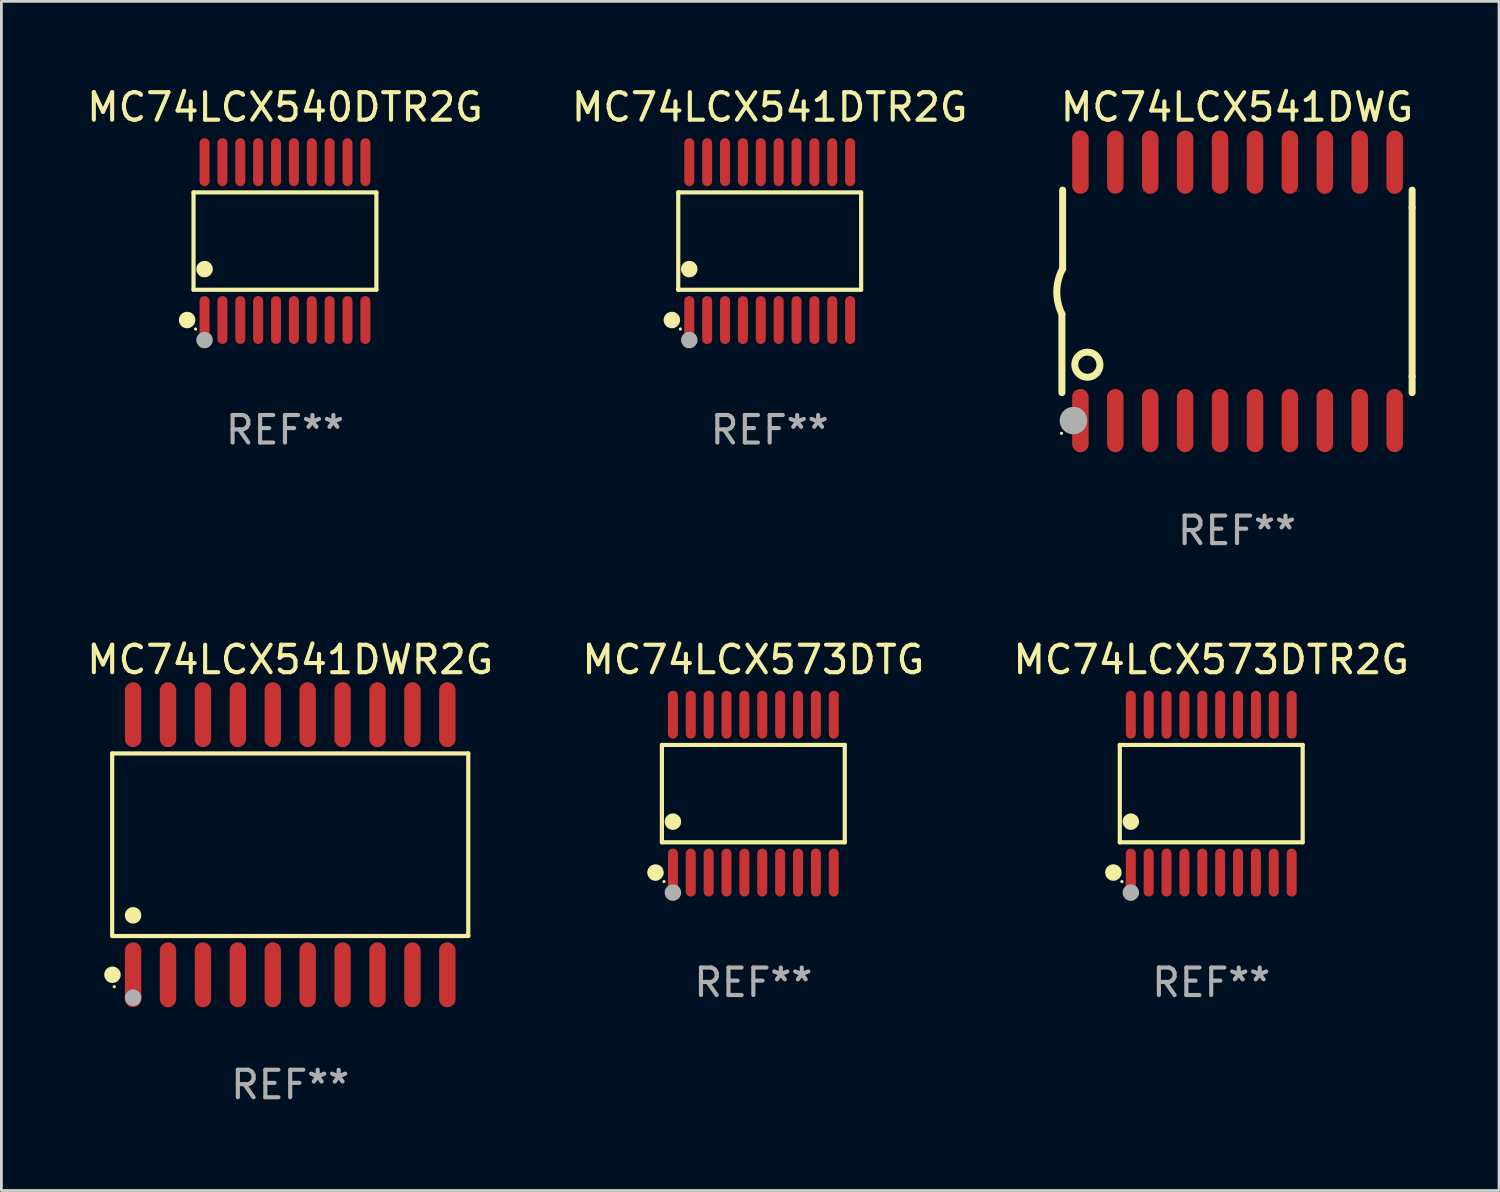
<source format=kicad_pcb>
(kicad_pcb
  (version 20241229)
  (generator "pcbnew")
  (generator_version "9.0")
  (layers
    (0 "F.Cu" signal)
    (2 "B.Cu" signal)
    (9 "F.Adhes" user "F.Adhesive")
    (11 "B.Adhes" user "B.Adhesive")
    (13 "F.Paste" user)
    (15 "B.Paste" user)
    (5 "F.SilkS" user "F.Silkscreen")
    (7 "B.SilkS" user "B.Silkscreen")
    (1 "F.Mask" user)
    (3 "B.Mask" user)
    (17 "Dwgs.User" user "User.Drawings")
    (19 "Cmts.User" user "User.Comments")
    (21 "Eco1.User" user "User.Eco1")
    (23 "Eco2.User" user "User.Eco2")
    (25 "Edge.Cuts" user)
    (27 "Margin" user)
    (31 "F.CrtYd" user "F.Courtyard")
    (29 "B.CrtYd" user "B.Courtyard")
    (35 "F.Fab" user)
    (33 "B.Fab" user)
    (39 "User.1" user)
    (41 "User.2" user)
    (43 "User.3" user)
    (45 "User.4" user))
  (footprint "MC74LCX573DTG"
    (layer "F.Cu")
    (at 24.351 25.816)
    (property "Reference" "MC74LCX573DTG" (at 0 -4.871 0) (layer "F.SilkS") (effects (font (size 1 1) (thickness 0.15))))
    (attr through_hole)
    (fp_line (start -3.326 -1.771) (end 3.326 -1.771) (stroke (width 0.152) (type solid)) (layer "F.SilkS"))
    (fp_line (start -3.326 1.771) (end -3.326 -1.771) (stroke (width 0.152) (type solid)) (layer "F.SilkS"))
    (fp_line (start 3.326 -1.771) (end 3.326 1.771) (stroke (width 0.152) (type solid)) (layer "F.SilkS"))
    (fp_line (start 3.326 1.771) (end -3.326 1.771) (stroke (width 0.152) (type solid)) (layer "F.SilkS"))
    (fp_circle (center -3.559 2.871) (end -3.409 2.871) (stroke (width 0.3) (type solid)) (fill no) (layer "F.SilkS"))
    (fp_circle (center -3.25 3.2) (end -3.22 3.2) (stroke (width 0.06) (type solid)) (fill no) (layer "F.SilkS"))
    (fp_circle (center -2.925 1.019) (end -2.775 1.019) (stroke (width 0.3) (type solid)) (fill no) (layer "F.SilkS"))
    (fp_circle (center -2.925 3.6) (end -2.775 3.6) (stroke (width 0.3) (type solid)) (fill no) (layer "F.Fab"))
    (fp_text user "REF**" (at 0 6.871 0) (layer "F.Fab") (effects (font (size 1 1) (thickness 0.15))))
    (pad "1" smd oval (at -2.925 2.871) (size 0.364 1.742) (layers "F.Cu" "F.Mask" "F.Paste"))
    (pad "2" smd oval (at -2.275 2.871) (size 0.364 1.742) (layers "F.Cu" "F.Mask" "F.Paste"))
    (pad "3" smd oval (at -1.625 2.871) (size 0.364 1.742) (layers "F.Cu" "F.Mask" "F.Paste"))
    (pad "4" smd oval (at -0.975 2.871) (size 0.364 1.742) (layers "F.Cu" "F.Mask" "F.Paste"))
    (pad "5" smd oval (at -0.325 2.871) (size 0.364 1.742) (layers "F.Cu" "F.Mask" "F.Paste"))
    (pad "6" smd oval (at 0.325 2.871) (size 0.364 1.742) (layers "F.Cu" "F.Mask" "F.Paste"))
    (pad "7" smd oval (at 0.975 2.871) (size 0.364 1.742) (layers "F.Cu" "F.Mask" "F.Paste"))
    (pad "8" smd oval (at 1.625 2.871) (size 0.364 1.742) (layers "F.Cu" "F.Mask" "F.Paste"))
    (pad "9" smd oval (at 2.275 2.871) (size 0.364 1.742) (layers "F.Cu" "F.Mask" "F.Paste"))
    (pad "10" smd oval (at 2.925 2.871) (size 0.364 1.742) (layers "F.Cu" "F.Mask" "F.Paste"))
    (pad "11" smd oval (at 2.925 -2.871) (size 0.364 1.742) (layers "F.Cu" "F.Mask" "F.Paste"))
    (pad "12" smd oval (at 2.275 -2.871) (size 0.364 1.742) (layers "F.Cu" "F.Mask" "F.Paste"))
    (pad "13" smd oval (at 1.625 -2.871) (size 0.364 1.742) (layers "F.Cu" "F.Mask" "F.Paste"))
    (pad "14" smd oval (at 0.975 -2.871) (size 0.364 1.742) (layers "F.Cu" "F.Mask" "F.Paste"))
    (pad "15" smd oval (at 0.325 -2.871) (size 0.364 1.742) (layers "F.Cu" "F.Mask" "F.Paste"))
    (pad "16" smd oval (at -0.325 -2.871) (size 0.364 1.742) (layers "F.Cu" "F.Mask" "F.Paste"))
    (pad "17" smd oval (at -0.975 -2.871) (size 0.364 1.742) (layers "F.Cu" "F.Mask" "F.Paste"))
    (pad "18" smd oval (at -1.625 -2.871) (size 0.364 1.742) (layers "F.Cu" "F.Mask" "F.Paste"))
    (pad "19" smd oval (at -2.275 -2.871) (size 0.364 1.742) (layers "F.Cu" "F.Mask" "F.Paste"))
    (pad "20" smd oval (at -2.925 -2.871) (size 0.364 1.742) (layers "F.Cu" "F.Mask" "F.Paste")))
  (footprint "MC74LCX541DWG"
    (layer "F.Cu")
    (at 41.944 7.548)
    (property "Reference" "MC74LCX541DWG" (at 0 -6.7 0) (layer "F.SilkS") (effects (font (size 1 1) (thickness 0.15))))
    (attr through_hole)
    (fp_line (start -6.369 0.826) (end -6.369 3.683) (stroke (width 0.254) (type solid)) (layer "F.SilkS"))
    (fp_line (start -6.343 -0.825) (end -6.343 -3.683) (stroke (width 0.254) (type solid)) (layer "F.SilkS"))
    (fp_line (start 6.369 -3.048) (end 6.369 -3.683) (stroke (width 0.254) (type solid)) (layer "F.SilkS"))
    (fp_line (start 6.369 -3.048) (end 6.369 3.096) (stroke (width 0.254) (type solid)) (layer "F.SilkS"))
    (fp_line (start 6.369 3.096) (end 6.369 3.683) (stroke (width 0.254) (type solid)) (layer "F.SilkS"))
    (fp_arc (start -6.36853 0.825552) (mid -6.554743 -0.00301) (end -6.343129 -0.825451) (stroke (width 0.254001) (type solid)) (layer "F.SilkS"))
    (fp_circle (center -6.382 5.163) (end -6.352 5.163) (stroke (width 0.06) (type solid)) (fill no) (layer "F.SilkS"))
    (fp_circle (center -5.443 2.667) (end -4.985 2.667) (stroke (width 0.254) (type solid)) (fill no) (layer "F.SilkS"))
    (fp_circle (center -5.951 4.699) (end -5.701 4.699) (stroke (width 0.5) (type solid)) (fill no) (layer "F.Fab"))
    (fp_text user "REF**" (at 0 8.7 0) (layer "F.Fab") (effects (font (size 1 1) (thickness 0.15))))
    (pad "1" smd oval (at -5.697 4.7 180) (size 0.6 2.3) (layers "F.Cu" "F.Mask" "F.Paste"))
    (pad "2" smd oval (at -4.427 4.7 180) (size 0.6 2.3) (layers "F.Cu" "F.Mask" "F.Paste"))
    (pad "3" smd oval (at -3.157 4.7 180) (size 0.6 2.3) (layers "F.Cu" "F.Mask" "F.Paste"))
    (pad "4" smd oval (at -1.887 4.7 180) (size 0.6 2.3) (layers "F.Cu" "F.Mask" "F.Paste"))
    (pad "5" smd oval (at -0.617 4.7 180) (size 0.6 2.3) (layers "F.Cu" "F.Mask" "F.Paste"))
    (pad "6" smd oval (at 0.653 4.7 180) (size 0.6 2.3) (layers "F.Cu" "F.Mask" "F.Paste"))
    (pad "7" smd oval (at 1.923 4.7 180) (size 0.6 2.3) (layers "F.Cu" "F.Mask" "F.Paste"))
    (pad "8" smd oval (at 3.193 4.7 180) (size 0.6 2.3) (layers "F.Cu" "F.Mask" "F.Paste"))
    (pad "9" smd oval (at 4.463 4.7 180) (size 0.6 2.3) (layers "F.Cu" "F.Mask" "F.Paste"))
    (pad "10" smd oval (at 5.734 4.7 180) (size 0.6 2.3) (layers "F.Cu" "F.Mask" "F.Paste"))
    (pad "11" smd oval (at 5.734 -4.7 180) (size 0.6 2.3) (layers "F.Cu" "F.Mask" "F.Paste"))
    (pad "12" smd oval (at 4.463 -4.7 180) (size 0.6 2.3) (layers "F.Cu" "F.Mask" "F.Paste"))
    (pad "13" smd oval (at 3.193 -4.7 180) (size 0.6 2.3) (layers "F.Cu" "F.Mask" "F.Paste"))
    (pad "14" smd oval (at 1.923 -4.7 180) (size 0.6 2.3) (layers "F.Cu" "F.Mask" "F.Paste"))
    (pad "15" smd oval (at 0.653 -4.7 180) (size 0.6 2.3) (layers "F.Cu" "F.Mask" "F.Paste"))
    (pad "16" smd oval (at -0.617 -4.7 180) (size 0.6 2.3) (layers "F.Cu" "F.Mask" "F.Paste"))
    (pad "17" smd oval (at -1.887 -4.7 180) (size 0.6 2.3) (layers "F.Cu" "F.Mask" "F.Paste"))
    (pad "18" smd oval (at -3.157 -4.7 180) (size 0.6 2.3) (layers "F.Cu" "F.Mask" "F.Paste"))
    (pad "19" smd oval (at -4.427 -4.7 180) (size 0.6 2.3) (layers "F.Cu" "F.Mask" "F.Paste"))
    (pad "20" smd oval (at -5.697 -4.7 180) (size 0.6 2.3) (layers "F.Cu" "F.Mask" "F.Paste")))
  (footprint "MC74LCX573DTR2G"
    (layer "F.Cu")
    (at 41.006 25.816)
    (property "Reference" "MC74LCX573DTR2G" (at 0 -4.871 0) (layer "F.SilkS") (effects (font (size 1 1) (thickness 0.15))))
    (attr through_hole)
    (fp_line (start -3.326 -1.771) (end 3.326 -1.771) (stroke (width 0.152) (type solid)) (layer "F.SilkS"))
    (fp_line (start -3.326 1.771) (end -3.326 -1.771) (stroke (width 0.152) (type solid)) (layer "F.SilkS"))
    (fp_line (start 3.326 -1.771) (end 3.326 1.771) (stroke (width 0.152) (type solid)) (layer "F.SilkS"))
    (fp_line (start 3.326 1.771) (end -3.326 1.771) (stroke (width 0.152) (type solid)) (layer "F.SilkS"))
    (fp_circle (center -3.559 2.871) (end -3.409 2.871) (stroke (width 0.3) (type solid)) (fill no) (layer "F.SilkS"))
    (fp_circle (center -3.25 3.2) (end -3.22 3.2) (stroke (width 0.06) (type solid)) (fill no) (layer "F.SilkS"))
    (fp_circle (center -2.925 1.019) (end -2.775 1.019) (stroke (width 0.3) (type solid)) (fill no) (layer "F.SilkS"))
    (fp_circle (center -2.925 3.6) (end -2.775 3.6) (stroke (width 0.3) (type solid)) (fill no) (layer "F.Fab"))
    (fp_text user "REF**" (at 0 6.871 0) (layer "F.Fab") (effects (font (size 1 1) (thickness 0.15))))
    (pad "1" smd oval (at -2.925 2.871) (size 0.364 1.742) (layers "F.Cu" "F.Mask" "F.Paste"))
    (pad "2" smd oval (at -2.275 2.871) (size 0.364 1.742) (layers "F.Cu" "F.Mask" "F.Paste"))
    (pad "3" smd oval (at -1.625 2.871) (size 0.364 1.742) (layers "F.Cu" "F.Mask" "F.Paste"))
    (pad "4" smd oval (at -0.975 2.871) (size 0.364 1.742) (layers "F.Cu" "F.Mask" "F.Paste"))
    (pad "5" smd oval (at -0.325 2.871) (size 0.364 1.742) (layers "F.Cu" "F.Mask" "F.Paste"))
    (pad "6" smd oval (at 0.325 2.871) (size 0.364 1.742) (layers "F.Cu" "F.Mask" "F.Paste"))
    (pad "7" smd oval (at 0.975 2.871) (size 0.364 1.742) (layers "F.Cu" "F.Mask" "F.Paste"))
    (pad "8" smd oval (at 1.625 2.871) (size 0.364 1.742) (layers "F.Cu" "F.Mask" "F.Paste"))
    (pad "9" smd oval (at 2.275 2.871) (size 0.364 1.742) (layers "F.Cu" "F.Mask" "F.Paste"))
    (pad "10" smd oval (at 2.925 2.871) (size 0.364 1.742) (layers "F.Cu" "F.Mask" "F.Paste"))
    (pad "11" smd oval (at 2.925 -2.871) (size 0.364 1.742) (layers "F.Cu" "F.Mask" "F.Paste"))
    (pad "12" smd oval (at 2.275 -2.871) (size 0.364 1.742) (layers "F.Cu" "F.Mask" "F.Paste"))
    (pad "13" smd oval (at 1.625 -2.871) (size 0.364 1.742) (layers "F.Cu" "F.Mask" "F.Paste"))
    (pad "14" smd oval (at 0.975 -2.871) (size 0.364 1.742) (layers "F.Cu" "F.Mask" "F.Paste"))
    (pad "15" smd oval (at 0.325 -2.871) (size 0.364 1.742) (layers "F.Cu" "F.Mask" "F.Paste"))
    (pad "16" smd oval (at -0.325 -2.871) (size 0.364 1.742) (layers "F.Cu" "F.Mask" "F.Paste"))
    (pad "17" smd oval (at -0.975 -2.871) (size 0.364 1.742) (layers "F.Cu" "F.Mask" "F.Paste"))
    (pad "18" smd oval (at -1.625 -2.871) (size 0.364 1.742) (layers "F.Cu" "F.Mask" "F.Paste"))
    (pad "19" smd oval (at -2.275 -2.871) (size 0.364 1.742) (layers "F.Cu" "F.Mask" "F.Paste"))
    (pad "20" smd oval (at -2.925 -2.871) (size 0.364 1.742) (layers "F.Cu" "F.Mask" "F.Paste")))
  (footprint "MC74LCX540DTR2G"
    (layer "F.Cu")
    (at 7.315 5.719)
    (property "Reference" "MC74LCX540DTR2G" (at 0 -4.871 0) (layer "F.SilkS") (effects (font (size 1 1) (thickness 0.15))))
    (attr through_hole)
    (fp_line (start -3.326 -1.771) (end 3.326 -1.771) (stroke (width 0.152) (type solid)) (layer "F.SilkS"))
    (fp_line (start -3.326 1.771) (end -3.326 -1.771) (stroke (width 0.152) (type solid)) (layer "F.SilkS"))
    (fp_line (start 3.326 -1.771) (end 3.326 1.771) (stroke (width 0.152) (type solid)) (layer "F.SilkS"))
    (fp_line (start 3.326 1.771) (end -3.326 1.771) (stroke (width 0.152) (type solid)) (layer "F.SilkS"))
    (fp_circle (center -3.559 2.871) (end -3.409 2.871) (stroke (width 0.3) (type solid)) (fill no) (layer "F.SilkS"))
    (fp_circle (center -3.25 3.2) (end -3.22 3.2) (stroke (width 0.06) (type solid)) (fill no) (layer "F.SilkS"))
    (fp_circle (center -2.925 1.019) (end -2.775 1.019) (stroke (width 0.3) (type solid)) (fill no) (layer "F.SilkS"))
    (fp_circle (center -2.925 3.6) (end -2.775 3.6) (stroke (width 0.3) (type solid)) (fill no) (layer "F.Fab"))
    (fp_text user "REF**" (at 0 6.871 0) (layer "F.Fab") (effects (font (size 1 1) (thickness 0.15))))
    (pad "1" smd oval (at -2.925 2.871) (size 0.364 1.742) (layers "F.Cu" "F.Mask" "F.Paste"))
    (pad "2" smd oval (at -2.275 2.871) (size 0.364 1.742) (layers "F.Cu" "F.Mask" "F.Paste"))
    (pad "3" smd oval (at -1.625 2.871) (size 0.364 1.742) (layers "F.Cu" "F.Mask" "F.Paste"))
    (pad "4" smd oval (at -0.975 2.871) (size 0.364 1.742) (layers "F.Cu" "F.Mask" "F.Paste"))
    (pad "5" smd oval (at -0.325 2.871) (size 0.364 1.742) (layers "F.Cu" "F.Mask" "F.Paste"))
    (pad "6" smd oval (at 0.325 2.871) (size 0.364 1.742) (layers "F.Cu" "F.Mask" "F.Paste"))
    (pad "7" smd oval (at 0.975 2.871) (size 0.364 1.742) (layers "F.Cu" "F.Mask" "F.Paste"))
    (pad "8" smd oval (at 1.625 2.871) (size 0.364 1.742) (layers "F.Cu" "F.Mask" "F.Paste"))
    (pad "9" smd oval (at 2.275 2.871) (size 0.364 1.742) (layers "F.Cu" "F.Mask" "F.Paste"))
    (pad "10" smd oval (at 2.925 2.871) (size 0.364 1.742) (layers "F.Cu" "F.Mask" "F.Paste"))
    (pad "11" smd oval (at 2.925 -2.871) (size 0.364 1.742) (layers "F.Cu" "F.Mask" "F.Paste"))
    (pad "12" smd oval (at 2.275 -2.871) (size 0.364 1.742) (layers "F.Cu" "F.Mask" "F.Paste"))
    (pad "13" smd oval (at 1.625 -2.871) (size 0.364 1.742) (layers "F.Cu" "F.Mask" "F.Paste"))
    (pad "14" smd oval (at 0.975 -2.871) (size 0.364 1.742) (layers "F.Cu" "F.Mask" "F.Paste"))
    (pad "15" smd oval (at 0.325 -2.871) (size 0.364 1.742) (layers "F.Cu" "F.Mask" "F.Paste"))
    (pad "16" smd oval (at -0.325 -2.871) (size 0.364 1.742) (layers "F.Cu" "F.Mask" "F.Paste"))
    (pad "17" smd oval (at -0.975 -2.871) (size 0.364 1.742) (layers "F.Cu" "F.Mask" "F.Paste"))
    (pad "18" smd oval (at -1.625 -2.871) (size 0.364 1.742) (layers "F.Cu" "F.Mask" "F.Paste"))
    (pad "19" smd oval (at -2.275 -2.871) (size 0.364 1.742) (layers "F.Cu" "F.Mask" "F.Paste"))
    (pad "20" smd oval (at -2.925 -2.871) (size 0.364 1.742) (layers "F.Cu" "F.Mask" "F.Paste")))
  (footprint "MC74LCX541DWR2G"
    (layer "F.Cu")
    (at 7.506 27.675)
    (property "Reference" "MC74LCX541DWR2G" (at 0 -6.73 0) (layer "F.SilkS") (effects (font (size 1 1) (thickness 0.15))))
    (attr through_hole)
    (fp_line (start -6.476 -3.321) (end 6.476 -3.321) (stroke (width 0.152) (type solid)) (layer "F.SilkS"))
    (fp_line (start -6.476 3.321) (end -6.476 -3.321) (stroke (width 0.152) (type solid)) (layer "F.SilkS"))
    (fp_line (start 6.476 -3.321) (end 6.476 3.321) (stroke (width 0.152) (type solid)) (layer "F.SilkS"))
    (fp_line (start 6.476 3.321) (end -6.476 3.321) (stroke (width 0.152) (type solid)) (layer "F.SilkS"))
    (fp_circle (center -6.465 4.73) (end -6.315 4.73) (stroke (width 0.3) (type solid)) (fill no) (layer "F.SilkS"))
    (fp_circle (center -6.4 5.163) (end -6.37 5.163) (stroke (width 0.06) (type solid)) (fill no) (layer "F.SilkS"))
    (fp_circle (center -5.715 2.569) (end -5.565 2.569) (stroke (width 0.3) (type solid)) (fill no) (layer "F.SilkS"))
    (fp_circle (center -5.715 5.563) (end -5.565 5.563) (stroke (width 0.3) (type solid)) (fill no) (layer "F.Fab"))
    (fp_text user "REF**" (at 0 8.73 0) (layer "F.Fab") (effects (font (size 1 1) (thickness 0.15))))
    (pad "1" smd oval (at -5.715 4.73) (size 0.595 2.36) (layers "F.Cu" "F.Mask" "F.Paste"))
    (pad "2" smd oval (at -4.445 4.73) (size 0.595 2.36) (layers "F.Cu" "F.Mask" "F.Paste"))
    (pad "3" smd oval (at -3.175 4.73) (size 0.595 2.36) (layers "F.Cu" "F.Mask" "F.Paste"))
    (pad "4" smd oval (at -1.905 4.73) (size 0.595 2.36) (layers "F.Cu" "F.Mask" "F.Paste"))
    (pad "5" smd oval (at -0.635 4.73) (size 0.595 2.36) (layers "F.Cu" "F.Mask" "F.Paste"))
    (pad "6" smd oval (at 0.635 4.73) (size 0.595 2.36) (layers "F.Cu" "F.Mask" "F.Paste"))
    (pad "7" smd oval (at 1.905 4.73) (size 0.595 2.36) (layers "F.Cu" "F.Mask" "F.Paste"))
    (pad "8" smd oval (at 3.175 4.73) (size 0.595 2.36) (layers "F.Cu" "F.Mask" "F.Paste"))
    (pad "9" smd oval (at 4.445 4.73) (size 0.595 2.36) (layers "F.Cu" "F.Mask" "F.Paste"))
    (pad "10" smd oval (at 5.715 4.73) (size 0.595 2.36) (layers "F.Cu" "F.Mask" "F.Paste"))
    (pad "11" smd oval (at 5.715 -4.73) (size 0.595 2.36) (layers "F.Cu" "F.Mask" "F.Paste"))
    (pad "12" smd oval (at 4.445 -4.73) (size 0.595 2.36) (layers "F.Cu" "F.Mask" "F.Paste"))
    (pad "13" smd oval (at 3.175 -4.73) (size 0.595 2.36) (layers "F.Cu" "F.Mask" "F.Paste"))
    (pad "14" smd oval (at 1.905 -4.73) (size 0.595 2.36) (layers "F.Cu" "F.Mask" "F.Paste"))
    (pad "15" smd oval (at 0.635 -4.73) (size 0.595 2.36) (layers "F.Cu" "F.Mask" "F.Paste"))
    (pad "16" smd oval (at -0.635 -4.73) (size 0.595 2.36) (layers "F.Cu" "F.Mask" "F.Paste"))
    (pad "17" smd oval (at -1.905 -4.73) (size 0.595 2.36) (layers "F.Cu" "F.Mask" "F.Paste"))
    (pad "18" smd oval (at -3.175 -4.73) (size 0.595 2.36) (layers "F.Cu" "F.Mask" "F.Paste"))
    (pad "19" smd oval (at -4.445 -4.73) (size 0.595 2.36) (layers "F.Cu" "F.Mask" "F.Paste"))
    (pad "20" smd oval (at -5.715 -4.73) (size 0.595 2.36) (layers "F.Cu" "F.Mask" "F.Paste")))
  (footprint "MC74LCX541DTR2G"
    (layer "F.Cu")
    (at 24.946 5.719)
    (property "Reference" "MC74LCX541DTR2G" (at 0 -4.871 0) (layer "F.SilkS") (effects (font (size 1 1) (thickness 0.15))))
    (attr through_hole)
    (fp_line (start -3.326 -1.771) (end 3.326 -1.771) (stroke (width 0.152) (type solid)) (layer "F.SilkS"))
    (fp_line (start -3.326 1.771) (end -3.326 -1.771) (stroke (width 0.152) (type solid)) (layer "F.SilkS"))
    (fp_line (start 3.326 -1.771) (end 3.326 1.771) (stroke (width 0.152) (type solid)) (layer "F.SilkS"))
    (fp_line (start 3.326 1.771) (end -3.326 1.771) (stroke (width 0.152) (type solid)) (layer "F.SilkS"))
    (fp_circle (center -3.559 2.871) (end -3.409 2.871) (stroke (width 0.3) (type solid)) (fill no) (layer "F.SilkS"))
    (fp_circle (center -3.25 3.2) (end -3.22 3.2) (stroke (width 0.06) (type solid)) (fill no) (layer "F.SilkS"))
    (fp_circle (center -2.925 1.019) (end -2.775 1.019) (stroke (width 0.3) (type solid)) (fill no) (layer "F.SilkS"))
    (fp_circle (center -2.925 3.6) (end -2.775 3.6) (stroke (width 0.3) (type solid)) (fill no) (layer "F.Fab"))
    (fp_text user "REF**" (at 0 6.871 0) (layer "F.Fab") (effects (font (size 1 1) (thickness 0.15))))
    (pad "1" smd oval (at -2.925 2.871) (size 0.364 1.742) (layers "F.Cu" "F.Mask" "F.Paste"))
    (pad "2" smd oval (at -2.275 2.871) (size 0.364 1.742) (layers "F.Cu" "F.Mask" "F.Paste"))
    (pad "3" smd oval (at -1.625 2.871) (size 0.364 1.742) (layers "F.Cu" "F.Mask" "F.Paste"))
    (pad "4" smd oval (at -0.975 2.871) (size 0.364 1.742) (layers "F.Cu" "F.Mask" "F.Paste"))
    (pad "5" smd oval (at -0.325 2.871) (size 0.364 1.742) (layers "F.Cu" "F.Mask" "F.Paste"))
    (pad "6" smd oval (at 0.325 2.871) (size 0.364 1.742) (layers "F.Cu" "F.Mask" "F.Paste"))
    (pad "7" smd oval (at 0.975 2.871) (size 0.364 1.742) (layers "F.Cu" "F.Mask" "F.Paste"))
    (pad "8" smd oval (at 1.625 2.871) (size 0.364 1.742) (layers "F.Cu" "F.Mask" "F.Paste"))
    (pad "9" smd oval (at 2.275 2.871) (size 0.364 1.742) (layers "F.Cu" "F.Mask" "F.Paste"))
    (pad "10" smd oval (at 2.925 2.871) (size 0.364 1.742) (layers "F.Cu" "F.Mask" "F.Paste"))
    (pad "11" smd oval (at 2.925 -2.871) (size 0.364 1.742) (layers "F.Cu" "F.Mask" "F.Paste"))
    (pad "12" smd oval (at 2.275 -2.871) (size 0.364 1.742) (layers "F.Cu" "F.Mask" "F.Paste"))
    (pad "13" smd oval (at 1.625 -2.871) (size 0.364 1.742) (layers "F.Cu" "F.Mask" "F.Paste"))
    (pad "14" smd oval (at 0.975 -2.871) (size 0.364 1.742) (layers "F.Cu" "F.Mask" "F.Paste"))
    (pad "15" smd oval (at 0.325 -2.871) (size 0.364 1.742) (layers "F.Cu" "F.Mask" "F.Paste"))
    (pad "16" smd oval (at -0.325 -2.871) (size 0.364 1.742) (layers "F.Cu" "F.Mask" "F.Paste"))
    (pad "17" smd oval (at -0.975 -2.871) (size 0.364 1.742) (layers "F.Cu" "F.Mask" "F.Paste"))
    (pad "18" smd oval (at -1.625 -2.871) (size 0.364 1.742) (layers "F.Cu" "F.Mask" "F.Paste"))
    (pad "19" smd oval (at -2.275 -2.871) (size 0.364 1.742) (layers "F.Cu" "F.Mask" "F.Paste"))
    (pad "20" smd oval (at -2.925 -2.871) (size 0.364 1.742) (layers "F.Cu" "F.Mask" "F.Paste")))
  (gr_rect
    (start -3 -3)
    (end 51.474 40.253)
    (stroke (width 0.1) (type default))
    (fill no)
    (layer "Edge.Cuts")))
</source>
